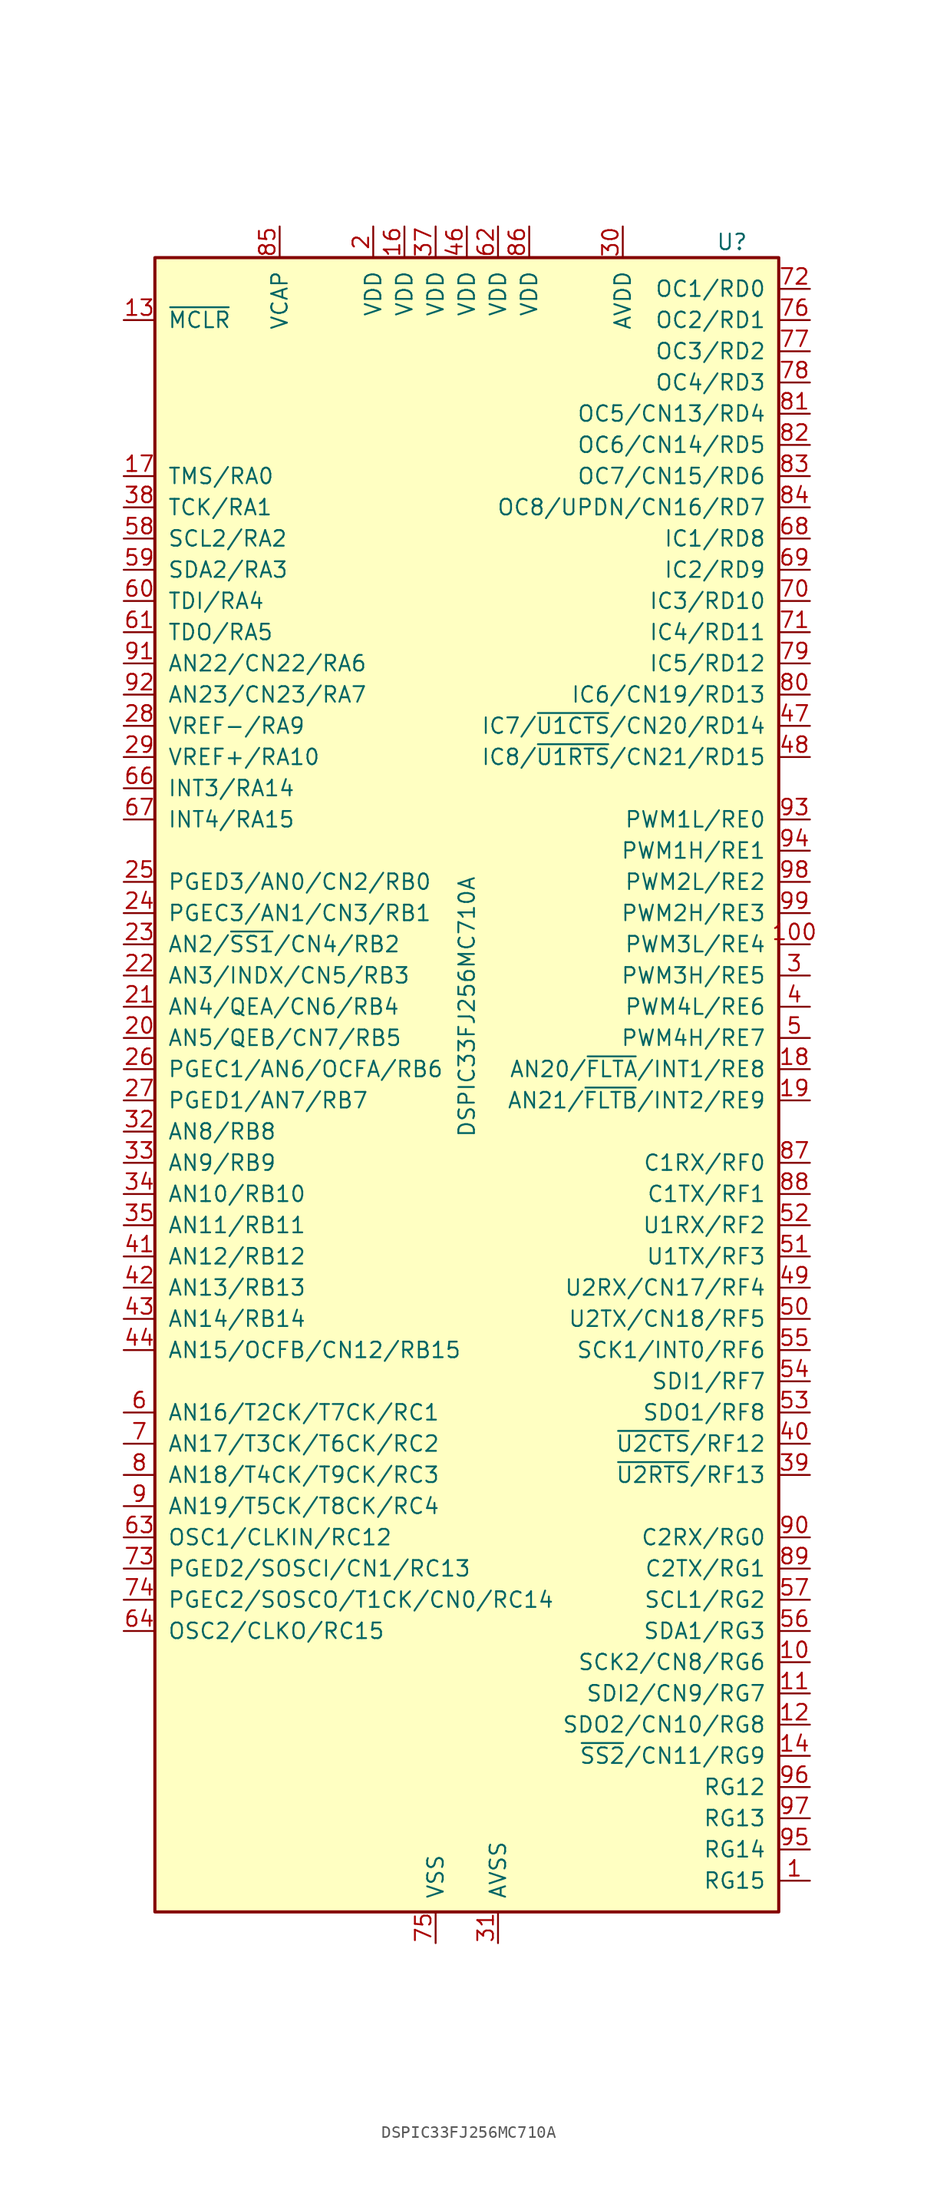
<source format=kicad_sym>
(kicad_symbol_lib
  (version 20201005)
  (generator kicad_symbol_editor)
  (symbol "DSP_Microchip_DSPIC33:DSPIC33FJ256MC710A"
    (pin_names
      (offset 1.016))
    (property "Reference" "U"
      (at 21.59 69.85 0)
      (effects (font (size 1.27 1.27))))
    (property "Value" "DSPIC33FJ256MC710A"
      (at 0 7.62 90)
      (effects (font (size 1.27 1.27))))
    (symbol "DSPIC33FJ256MC710A_0_1"
      (rectangle (start -25.4 68.58) (end 25.4 -66.04) (stroke (width 0.254)) (fill (type background))))
    (symbol "DSPIC33FJ256MC710A_1_1"
      (pin bidirectional line (at 27.94 -63.5 180) (length 2.54) (name "RG15" (effects (font (size 1.27 1.27)))) (number "1" (effects (font (size 1.27 1.27)))))
      (pin bidirectional line (at 27.94 -45.72 180) (length 2.54) (name "SCK2/CN8/RG6" (effects (font (size 1.27 1.27)))) (number "10" (effects (font (size 1.27 1.27)))))
      (pin bidirectional line (at 27.94 12.7 180) (length 2.54) (name "PWM3L/RE4" (effects (font (size 1.27 1.27)))) (number "100" (effects (font (size 1.27 1.27)))))
      (pin bidirectional line (at 27.94 -48.26 180) (length 2.54) (name "SDI2/CN9/RG7" (effects (font (size 1.27 1.27)))) (number "11" (effects (font (size 1.27 1.27)))))
      (pin bidirectional line (at 27.94 -50.8 180) (length 2.54) (name "SDO2/CN10/RG8" (effects (font (size 1.27 1.27)))) (number "12" (effects (font (size 1.27 1.27)))))
      (pin input line (at -27.94 63.5 0) (length 2.54) (name "~MCLR" (effects (font (size 1.27 1.27)))) (number "13" (effects (font (size 1.27 1.27)))))
      (pin bidirectional line (at 27.94 -53.34 180) (length 2.54) (name "~SS2~/CN11/RG9" (effects (font (size 1.27 1.27)))) (number "14" (effects (font (size 1.27 1.27)))))
      (pin power_in line (at -2.54 -68.58 90) (length 2.54) hide (name "VSS" (effects (font (size 1.27 1.27)))) (number "15" (effects (font (size 1.27 1.27)))))
      (pin power_in line (at -5.08 71.12 270) (length 2.54) (name "VDD" (effects (font (size 1.27 1.27)))) (number "16" (effects (font (size 1.27 1.27)))))
      (pin bidirectional line (at -27.94 50.8 0) (length 2.54) (name "TMS/RA0" (effects (font (size 1.27 1.27)))) (number "17" (effects (font (size 1.27 1.27)))))
      (pin bidirectional line (at 27.94 2.54 180) (length 2.54) (name "AN20/~FLTA~/INT1/RE8" (effects (font (size 1.27 1.27)))) (number "18" (effects (font (size 1.27 1.27)))))
      (pin bidirectional line (at 27.94 0 180) (length 2.54) (name "AN21/~FLTB~/INT2/RE9" (effects (font (size 1.27 1.27)))) (number "19" (effects (font (size 1.27 1.27)))))
      (pin power_in line (at -7.62 71.12 270) (length 2.54) (name "VDD" (effects (font (size 1.27 1.27)))) (number "2" (effects (font (size 1.27 1.27)))))
      (pin bidirectional line (at -27.94 5.08 0) (length 2.54) (name "AN5/QEB/CN7/RB5" (effects (font (size 1.27 1.27)))) (number "20" (effects (font (size 1.27 1.27)))))
      (pin bidirectional line (at -27.94 7.62 0) (length 2.54) (name "AN4/QEA/CN6/RB4" (effects (font (size 1.27 1.27)))) (number "21" (effects (font (size 1.27 1.27)))))
      (pin bidirectional line (at -27.94 10.16 0) (length 2.54) (name "AN3/INDX/CN5/RB3" (effects (font (size 1.27 1.27)))) (number "22" (effects (font (size 1.27 1.27)))))
      (pin bidirectional line (at -27.94 12.7 0) (length 2.54) (name "AN2/~SS1~/CN4/RB2" (effects (font (size 1.27 1.27)))) (number "23" (effects (font (size 1.27 1.27)))))
      (pin bidirectional line (at -27.94 15.24 0) (length 2.54) (name "PGEC3/AN1/CN3/RB1" (effects (font (size 1.27 1.27)))) (number "24" (effects (font (size 1.27 1.27)))))
      (pin bidirectional line (at -27.94 17.78 0) (length 2.54) (name "PGED3/AN0/CN2/RB0" (effects (font (size 1.27 1.27)))) (number "25" (effects (font (size 1.27 1.27)))))
      (pin bidirectional line (at -27.94 2.54 0) (length 2.54) (name "PGEC1/AN6/OCFA/RB6" (effects (font (size 1.27 1.27)))) (number "26" (effects (font (size 1.27 1.27)))))
      (pin bidirectional line (at -27.94 0 0) (length 2.54) (name "PGED1/AN7/RB7" (effects (font (size 1.27 1.27)))) (number "27" (effects (font (size 1.27 1.27)))))
      (pin bidirectional line (at -27.94 30.48 0) (length 2.54) (name "VREF-/RA9" (effects (font (size 1.27 1.27)))) (number "28" (effects (font (size 1.27 1.27)))))
      (pin bidirectional line (at -27.94 27.94 0) (length 2.54) (name "VREF+/RA10" (effects (font (size 1.27 1.27)))) (number "29" (effects (font (size 1.27 1.27)))))
      (pin bidirectional line (at 27.94 10.16 180) (length 2.54) (name "PWM3H/RE5" (effects (font (size 1.27 1.27)))) (number "3" (effects (font (size 1.27 1.27)))))
      (pin power_in line (at 12.7 71.12 270) (length 2.54) (name "AVDD" (effects (font (size 1.27 1.27)))) (number "30" (effects (font (size 1.27 1.27)))))
      (pin power_in line (at 2.54 -68.58 90) (length 2.54) (name "AVSS" (effects (font (size 1.27 1.27)))) (number "31" (effects (font (size 1.27 1.27)))))
      (pin bidirectional line (at -27.94 -2.54 0) (length 2.54) (name "AN8/RB8" (effects (font (size 1.27 1.27)))) (number "32" (effects (font (size 1.27 1.27)))))
      (pin bidirectional line (at -27.94 -5.08 0) (length 2.54) (name "AN9/RB9" (effects (font (size 1.27 1.27)))) (number "33" (effects (font (size 1.27 1.27)))))
      (pin bidirectional line (at -27.94 -7.62 0) (length 2.54) (name "AN10/RB10" (effects (font (size 1.27 1.27)))) (number "34" (effects (font (size 1.27 1.27)))))
      (pin bidirectional line (at -27.94 -10.16 0) (length 2.54) (name "AN11/RB11" (effects (font (size 1.27 1.27)))) (number "35" (effects (font (size 1.27 1.27)))))
      (pin power_in line (at -2.54 -68.58 90) (length 2.54) hide (name "VSS" (effects (font (size 1.27 1.27)))) (number "36" (effects (font (size 1.27 1.27)))))
      (pin power_in line (at -2.54 71.12 270) (length 2.54) (name "VDD" (effects (font (size 1.27 1.27)))) (number "37" (effects (font (size 1.27 1.27)))))
      (pin bidirectional line (at -27.94 48.26 0) (length 2.54) (name "TCK/RA1" (effects (font (size 1.27 1.27)))) (number "38" (effects (font (size 1.27 1.27)))))
      (pin bidirectional line (at 27.94 -30.48 180) (length 2.54) (name "~U2RTS~/RF13" (effects (font (size 1.27 1.27)))) (number "39" (effects (font (size 1.27 1.27)))))
      (pin bidirectional line (at 27.94 7.62 180) (length 2.54) (name "PWM4L/RE6" (effects (font (size 1.27 1.27)))) (number "4" (effects (font (size 1.27 1.27)))))
      (pin bidirectional line (at 27.94 -27.94 180) (length 2.54) (name "~U2CTS~/RF12" (effects (font (size 1.27 1.27)))) (number "40" (effects (font (size 1.27 1.27)))))
      (pin bidirectional line (at -27.94 -12.7 0) (length 2.54) (name "AN12/RB12" (effects (font (size 1.27 1.27)))) (number "41" (effects (font (size 1.27 1.27)))))
      (pin bidirectional line (at -27.94 -15.24 0) (length 2.54) (name "AN13/RB13" (effects (font (size 1.27 1.27)))) (number "42" (effects (font (size 1.27 1.27)))))
      (pin bidirectional line (at -27.94 -17.78 0) (length 2.54) (name "AN14/RB14" (effects (font (size 1.27 1.27)))) (number "43" (effects (font (size 1.27 1.27)))))
      (pin bidirectional line (at -27.94 -20.32 0) (length 2.54) (name "AN15/OCFB/CN12/RB15" (effects (font (size 1.27 1.27)))) (number "44" (effects (font (size 1.27 1.27)))))
      (pin power_in line (at -2.54 -68.58 90) (length 2.54) hide (name "VSS" (effects (font (size 1.27 1.27)))) (number "45" (effects (font (size 1.27 1.27)))))
      (pin power_in line (at 0 71.12 270) (length 2.54) (name "VDD" (effects (font (size 1.27 1.27)))) (number "46" (effects (font (size 1.27 1.27)))))
      (pin bidirectional line (at 27.94 30.48 180) (length 2.54) (name "IC7/~U1CTS~/CN20/RD14" (effects (font (size 1.27 1.27)))) (number "47" (effects (font (size 1.27 1.27)))))
      (pin bidirectional line (at 27.94 27.94 180) (length 2.54) (name "IC8/~U1RTS~/CN21/RD15" (effects (font (size 1.27 1.27)))) (number "48" (effects (font (size 1.27 1.27)))))
      (pin bidirectional line (at 27.94 -15.24 180) (length 2.54) (name "U2RX/CN17/RF4" (effects (font (size 1.27 1.27)))) (number "49" (effects (font (size 1.27 1.27)))))
      (pin bidirectional line (at 27.94 5.08 180) (length 2.54) (name "PWM4H/RE7" (effects (font (size 1.27 1.27)))) (number "5" (effects (font (size 1.27 1.27)))))
      (pin bidirectional line (at 27.94 -17.78 180) (length 2.54) (name "U2TX/CN18/RF5" (effects (font (size 1.27 1.27)))) (number "50" (effects (font (size 1.27 1.27)))))
      (pin bidirectional line (at 27.94 -12.7 180) (length 2.54) (name "U1TX/RF3" (effects (font (size 1.27 1.27)))) (number "51" (effects (font (size 1.27 1.27)))))
      (pin bidirectional line (at 27.94 -10.16 180) (length 2.54) (name "U1RX/RF2" (effects (font (size 1.27 1.27)))) (number "52" (effects (font (size 1.27 1.27)))))
      (pin bidirectional line (at 27.94 -25.4 180) (length 2.54) (name "SDO1/RF8" (effects (font (size 1.27 1.27)))) (number "53" (effects (font (size 1.27 1.27)))))
      (pin bidirectional line (at 27.94 -22.86 180) (length 2.54) (name "SDI1/RF7" (effects (font (size 1.27 1.27)))) (number "54" (effects (font (size 1.27 1.27)))))
      (pin bidirectional line (at 27.94 -20.32 180) (length 2.54) (name "SCK1/INT0/RF6" (effects (font (size 1.27 1.27)))) (number "55" (effects (font (size 1.27 1.27)))))
      (pin bidirectional line (at 27.94 -43.18 180) (length 2.54) (name "SDA1/RG3" (effects (font (size 1.27 1.27)))) (number "56" (effects (font (size 1.27 1.27)))))
      (pin bidirectional line (at 27.94 -40.64 180) (length 2.54) (name "SCL1/RG2" (effects (font (size 1.27 1.27)))) (number "57" (effects (font (size 1.27 1.27)))))
      (pin bidirectional line (at -27.94 45.72 0) (length 2.54) (name "SCL2/RA2" (effects (font (size 1.27 1.27)))) (number "58" (effects (font (size 1.27 1.27)))))
      (pin bidirectional line (at -27.94 43.18 0) (length 2.54) (name "SDA2/RA3" (effects (font (size 1.27 1.27)))) (number "59" (effects (font (size 1.27 1.27)))))
      (pin bidirectional line (at -27.94 -25.4 0) (length 2.54) (name "AN16/T2CK/T7CK/RC1" (effects (font (size 1.27 1.27)))) (number "6" (effects (font (size 1.27 1.27)))))
      (pin bidirectional line (at -27.94 40.64 0) (length 2.54) (name "TDI/RA4" (effects (font (size 1.27 1.27)))) (number "60" (effects (font (size 1.27 1.27)))))
      (pin bidirectional line (at -27.94 38.1 0) (length 2.54) (name "TDO/RA5" (effects (font (size 1.27 1.27)))) (number "61" (effects (font (size 1.27 1.27)))))
      (pin power_in line (at 2.54 71.12 270) (length 2.54) (name "VDD" (effects (font (size 1.27 1.27)))) (number "62" (effects (font (size 1.27 1.27)))))
      (pin bidirectional line (at -27.94 -35.56 0) (length 2.54) (name "OSC1/CLKIN/RC12" (effects (font (size 1.27 1.27)))) (number "63" (effects (font (size 1.27 1.27)))))
      (pin bidirectional line (at -27.94 -43.18 0) (length 2.54) (name "OSC2/CLKO/RC15" (effects (font (size 1.27 1.27)))) (number "64" (effects (font (size 1.27 1.27)))))
      (pin power_in line (at -2.54 -68.58 90) (length 2.54) hide (name "VSS" (effects (font (size 1.27 1.27)))) (number "65" (effects (font (size 1.27 1.27)))))
      (pin bidirectional line (at -27.94 25.4 0) (length 2.54) (name "INT3/RA14" (effects (font (size 1.27 1.27)))) (number "66" (effects (font (size 1.27 1.27)))))
      (pin bidirectional line (at -27.94 22.86 0) (length 2.54) (name "INT4/RA15" (effects (font (size 1.27 1.27)))) (number "67" (effects (font (size 1.27 1.27)))))
      (pin bidirectional line (at 27.94 45.72 180) (length 2.54) (name "IC1/RD8" (effects (font (size 1.27 1.27)))) (number "68" (effects (font (size 1.27 1.27)))))
      (pin bidirectional line (at 27.94 43.18 180) (length 2.54) (name "IC2/RD9" (effects (font (size 1.27 1.27)))) (number "69" (effects (font (size 1.27 1.27)))))
      (pin bidirectional line (at -27.94 -27.94 0) (length 2.54) (name "AN17/T3CK/T6CK/RC2" (effects (font (size 1.27 1.27)))) (number "7" (effects (font (size 1.27 1.27)))))
      (pin bidirectional line (at 27.94 40.64 180) (length 2.54) (name "IC3/RD10" (effects (font (size 1.27 1.27)))) (number "70" (effects (font (size 1.27 1.27)))))
      (pin bidirectional line (at 27.94 38.1 180) (length 2.54) (name "IC4/RD11" (effects (font (size 1.27 1.27)))) (number "71" (effects (font (size 1.27 1.27)))))
      (pin bidirectional line (at 27.94 66.04 180) (length 2.54) (name "OC1/RD0" (effects (font (size 1.27 1.27)))) (number "72" (effects (font (size 1.27 1.27)))))
      (pin bidirectional line (at -27.94 -38.1 0) (length 2.54) (name "PGED2/SOSCI/CN1/RC13" (effects (font (size 1.27 1.27)))) (number "73" (effects (font (size 1.27 1.27)))))
      (pin bidirectional line (at -27.94 -40.64 0) (length 2.54) (name "PGEC2/SOSCO/T1CK/CN0/RC14" (effects (font (size 1.27 1.27)))) (number "74" (effects (font (size 1.27 1.27)))))
      (pin power_in line (at -2.54 -68.58 90) (length 2.54) (name "VSS" (effects (font (size 1.27 1.27)))) (number "75" (effects (font (size 1.27 1.27)))))
      (pin bidirectional line (at 27.94 63.5 180) (length 2.54) (name "OC2/RD1" (effects (font (size 1.27 1.27)))) (number "76" (effects (font (size 1.27 1.27)))))
      (pin bidirectional line (at 27.94 60.96 180) (length 2.54) (name "OC3/RD2" (effects (font (size 1.27 1.27)))) (number "77" (effects (font (size 1.27 1.27)))))
      (pin bidirectional line (at 27.94 58.42 180) (length 2.54) (name "OC4/RD3" (effects (font (size 1.27 1.27)))) (number "78" (effects (font (size 1.27 1.27)))))
      (pin bidirectional line (at 27.94 35.56 180) (length 2.54) (name "IC5/RD12" (effects (font (size 1.27 1.27)))) (number "79" (effects (font (size 1.27 1.27)))))
      (pin bidirectional line (at -27.94 -30.48 0) (length 2.54) (name "AN18/T4CK/T9CK/RC3" (effects (font (size 1.27 1.27)))) (number "8" (effects (font (size 1.27 1.27)))))
      (pin bidirectional line (at 27.94 33.02 180) (length 2.54) (name "IC6/CN19/RD13" (effects (font (size 1.27 1.27)))) (number "80" (effects (font (size 1.27 1.27)))))
      (pin bidirectional line (at 27.94 55.88 180) (length 2.54) (name "OC5/CN13/RD4" (effects (font (size 1.27 1.27)))) (number "81" (effects (font (size 1.27 1.27)))))
      (pin bidirectional line (at 27.94 53.34 180) (length 2.54) (name "OC6/CN14/RD5" (effects (font (size 1.27 1.27)))) (number "82" (effects (font (size 1.27 1.27)))))
      (pin bidirectional line (at 27.94 50.8 180) (length 2.54) (name "OC7/CN15/RD6" (effects (font (size 1.27 1.27)))) (number "83" (effects (font (size 1.27 1.27)))))
      (pin bidirectional line (at 27.94 48.26 180) (length 2.54) (name "OC8/UPDN/CN16/RD7" (effects (font (size 1.27 1.27)))) (number "84" (effects (font (size 1.27 1.27)))))
      (pin passive line (at -15.24 71.12 270) (length 2.54) (name "VCAP" (effects (font (size 1.27 1.27)))) (number "85" (effects (font (size 1.27 1.27)))))
      (pin power_in line (at 5.08 71.12 270) (length 2.54) (name "VDD" (effects (font (size 1.27 1.27)))) (number "86" (effects (font (size 1.27 1.27)))))
      (pin bidirectional line (at 27.94 -5.08 180) (length 2.54) (name "C1RX/RF0" (effects (font (size 1.27 1.27)))) (number "87" (effects (font (size 1.27 1.27)))))
      (pin bidirectional line (at 27.94 -7.62 180) (length 2.54) (name "C1TX/RF1" (effects (font (size 1.27 1.27)))) (number "88" (effects (font (size 1.27 1.27)))))
      (pin bidirectional line (at 27.94 -38.1 180) (length 2.54) (name "C2TX/RG1" (effects (font (size 1.27 1.27)))) (number "89" (effects (font (size 1.27 1.27)))))
      (pin bidirectional line (at -27.94 -33.02 0) (length 2.54) (name "AN19/T5CK/T8CK/RC4" (effects (font (size 1.27 1.27)))) (number "9" (effects (font (size 1.27 1.27)))))
      (pin bidirectional line (at 27.94 -35.56 180) (length 2.54) (name "C2RX/RG0" (effects (font (size 1.27 1.27)))) (number "90" (effects (font (size 1.27 1.27)))))
      (pin bidirectional line (at -27.94 35.56 0) (length 2.54) (name "AN22/CN22/RA6" (effects (font (size 1.27 1.27)))) (number "91" (effects (font (size 1.27 1.27)))))
      (pin bidirectional line (at -27.94 33.02 0) (length 2.54) (name "AN23/CN23/RA7" (effects (font (size 1.27 1.27)))) (number "92" (effects (font (size 1.27 1.27)))))
      (pin bidirectional line (at 27.94 22.86 180) (length 2.54) (name "PWM1L/RE0" (effects (font (size 1.27 1.27)))) (number "93" (effects (font (size 1.27 1.27)))))
      (pin bidirectional line (at 27.94 20.32 180) (length 2.54) (name "PWM1H/RE1" (effects (font (size 1.27 1.27)))) (number "94" (effects (font (size 1.27 1.27)))))
      (pin bidirectional line (at 27.94 -60.96 180) (length 2.54) (name "RG14" (effects (font (size 1.27 1.27)))) (number "95" (effects (font (size 1.27 1.27)))))
      (pin bidirectional line (at 27.94 -55.88 180) (length 2.54) (name "RG12" (effects (font (size 1.27 1.27)))) (number "96" (effects (font (size 1.27 1.27)))))
      (pin bidirectional line (at 27.94 -58.42 180) (length 2.54) (name "RG13" (effects (font (size 1.27 1.27)))) (number "97" (effects (font (size 1.27 1.27)))))
      (pin bidirectional line (at 27.94 17.78 180) (length 2.54) (name "PWM2L/RE2" (effects (font (size 1.27 1.27)))) (number "98" (effects (font (size 1.27 1.27)))))
      (pin bidirectional line (at 27.94 15.24 180) (length 2.54) (name "PWM2H/RE3" (effects (font (size 1.27 1.27)))) (number "99" (effects (font (size 1.27 1.27))))))))
</source>
